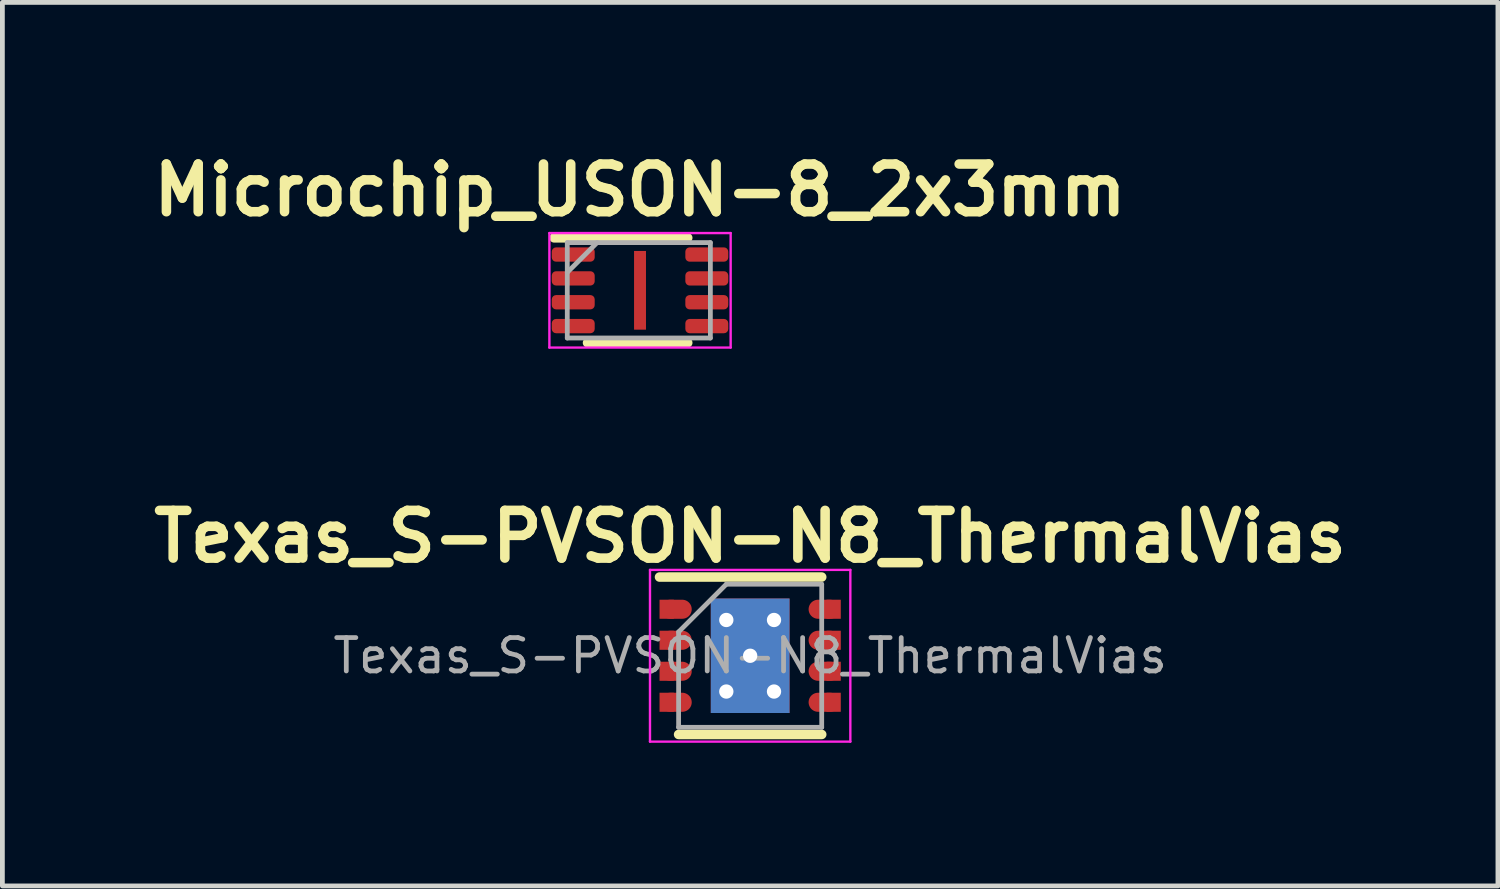
<source format=kicad_pcb>
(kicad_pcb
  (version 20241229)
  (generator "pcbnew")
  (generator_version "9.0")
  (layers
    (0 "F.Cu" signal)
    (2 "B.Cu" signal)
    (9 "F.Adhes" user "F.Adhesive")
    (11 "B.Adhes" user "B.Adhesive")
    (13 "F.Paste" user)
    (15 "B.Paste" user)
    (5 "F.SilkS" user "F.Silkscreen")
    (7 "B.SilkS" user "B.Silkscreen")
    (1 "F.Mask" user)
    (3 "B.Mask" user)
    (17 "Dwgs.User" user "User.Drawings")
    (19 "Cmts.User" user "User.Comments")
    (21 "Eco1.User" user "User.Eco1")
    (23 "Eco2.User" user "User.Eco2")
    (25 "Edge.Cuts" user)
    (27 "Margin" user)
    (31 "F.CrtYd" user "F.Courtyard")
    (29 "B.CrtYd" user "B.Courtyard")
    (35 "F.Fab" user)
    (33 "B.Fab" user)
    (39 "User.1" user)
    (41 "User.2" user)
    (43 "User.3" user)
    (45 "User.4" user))
  (footprint "Microchip_USON-8_2x3mm"
    (layer "F.Cu")
    (at 10.367 3.036)
    (property "Reference" "Microchip_USON-8_2x3mm" (at 0 -2.1 0) (layer "F.SilkS") (effects (font (size 1 1) (thickness 0.2))))
    (attr smd)
    (fp_line (start 1 -1.1) (end -1.8 -1.1) (stroke (width 0.2) (type solid)) (layer "F.SilkS"))
    (fp_line (start 1 1.1) (end -1.1 1.1) (stroke (width 0.2) (type solid)) (layer "F.SilkS"))
    (fp_line (start -1.9 -1.2) (end -1.9 1.2) (stroke (width 0.05) (type solid)) (layer "F.CrtYd"))
    (fp_line (start -1.9 1.2) (end 1.9 1.2) (stroke (width 0.05) (type solid)) (layer "F.CrtYd"))
    (fp_line (start 1.9 -1.2) (end -1.9 -1.2) (stroke (width 0.05) (type solid)) (layer "F.CrtYd"))
    (fp_line (start 1.9 1.2) (end 1.9 -1.2) (stroke (width 0.05) (type solid)) (layer "F.CrtYd"))
    (fp_line (start -1.525 -1) (end 1.475 -1) (stroke (width 0.1) (type solid)) (layer "F.Fab"))
    (fp_line (start -1.525 -0.375) (end -0.9 -1) (stroke (width 0.1) (type solid)) (layer "F.Fab"))
    (fp_line (start -1.525 1) (end -1.525 -1) (stroke (width 0.1) (type solid)) (layer "F.Fab"))
    (fp_line (start 1.475 -1) (end 1.475 1) (stroke (width 0.1) (type solid)) (layer "F.Fab"))
    (fp_line (start 1.475 1) (end -1.525 1) (stroke (width 0.1) (type solid)) (layer "F.Fab"))
    (pad "" smd rect (at 0 0) (size 0.25 1.65) (layers "F.Cu" "F.Mask" "F.Paste"))
    (pad "1" smd roundrect (at -1.4 -0.75) (size 0.9 0.3) (layers "F.Cu" "F.Mask" "F.Paste") (roundrect_rratio 0.3))
    (pad "2" smd roundrect (at -1.4 -0.25) (size 0.9 0.3) (layers "F.Cu" "F.Mask" "F.Paste") (roundrect_rratio 0.3))
    (pad "3" smd roundrect (at -1.4 0.25) (size 0.9 0.3) (layers "F.Cu" "F.Mask" "F.Paste") (roundrect_rratio 0.3))
    (pad "4" smd roundrect (at -1.4 0.75) (size 0.9 0.3) (layers "F.Cu" "F.Mask" "F.Paste") (roundrect_rratio 0.3))
    (pad "5" smd roundrect (at 1.4 0.75) (size 0.9 0.3) (layers "F.Cu" "F.Mask" "F.Paste") (roundrect_rratio 0.3))
    (pad "6" smd roundrect (at 1.4 0.25) (size 0.9 0.3) (layers "F.Cu" "F.Mask" "F.Paste") (roundrect_rratio 0.3))
    (pad "7" smd roundrect (at 1.4 -0.25) (size 0.9 0.3) (layers "F.Cu" "F.Mask" "F.Paste") (roundrect_rratio 0.3))
    (pad "8" smd roundrect (at 1.4 -0.75) (size 0.9 0.3) (layers "F.Cu" "F.Mask" "F.Paste") (roundrect_rratio 0.3)))
  (footprint "Texas_S-PVSON-N8_ThermalVias"
    (layer "F.Cu")
    (at 12.676 10.697)
    (property "Reference" "Texas_S-PVSON-N8_ThermalVias" (at 0 -2.5 0) (layer "F.SilkS") (effects (font (size 1 1) (thickness 0.2))))
    (attr smd)
    (fp_line (start 1.5 -1.65) (end -1.9 -1.65) (stroke (width 0.2) (type solid)) (layer "F.SilkS"))
    (fp_line (start 1.5 1.65) (end -1.5 1.65) (stroke (width 0.2) (type solid)) (layer "F.SilkS"))
    (fp_line (start -2.1 -1.8) (end -2.1 1.8) (stroke (width 0.05) (type solid)) (layer "F.CrtYd"))
    (fp_line (start -2.1 -1.8) (end 2.1 -1.8) (stroke (width 0.05) (type solid)) (layer "F.CrtYd"))
    (fp_line (start -2.1 1.8) (end 2.1 1.8) (stroke (width 0.05) (type solid)) (layer "F.CrtYd"))
    (fp_line (start 2.1 -1.8) (end 2.1 1.8) (stroke (width 0.05) (type solid)) (layer "F.CrtYd"))
    (fp_line (start -1.5 1.5) (end -1.5 -0.5) (stroke (width 0.1) (type solid)) (layer "F.Fab"))
    (fp_line (start -0.5 -1.5) (end -1.5 -0.5) (stroke (width 0.1) (type solid)) (layer "F.Fab"))
    (fp_line (start -0.5 -1.5) (end 1.5 -1.5) (stroke (width 0.1) (type solid)) (layer "F.Fab"))
    (fp_line (start 1.5 -1.5) (end 1.5 1.5) (stroke (width 0.1) (type solid)) (layer "F.Fab"))
    (fp_line (start 1.5 1.5) (end -1.5 1.5) (stroke (width 0.1) (type solid)) (layer "F.Fab"))
    (fp_text user "${REFERENCE}" (at 0 0 0) (layer "F.Fab") (effects (font (size 0.7 0.7) (thickness 0.1))))
    (pad "1" smd rect (at -1.75 -0.975) (size 0.3 0.4) (layers "F.Cu" "F.Mask" "F.Paste"))
    (pad "1" smd oval (at -1.55 -0.975) (size 0.65 0.4) (layers "F.Cu" "F.Mask" "F.Paste"))
    (pad "2" smd rect (at -1.75 -0.325) (size 0.3 0.4) (layers "F.Cu" "F.Mask" "F.Paste"))
    (pad "2" smd oval (at -1.55 -0.325) (size 0.65 0.4) (layers "F.Cu" "F.Mask" "F.Paste"))
    (pad "3" smd rect (at -1.75 0.325) (size 0.3 0.4) (layers "F.Cu" "F.Mask" "F.Paste"))
    (pad "3" smd oval (at -1.55 0.325) (size 0.65 0.4) (layers "F.Cu" "F.Mask" "F.Paste"))
    (pad "4" smd rect (at -1.75 0.975) (size 0.3 0.4) (layers "F.Cu" "F.Mask" "F.Paste"))
    (pad "4" smd oval (at -1.55 0.975) (size 0.65 0.4) (layers "F.Cu" "F.Mask" "F.Paste"))
    (pad "5" smd oval (at 1.55 0.975) (size 0.65 0.4) (layers "F.Cu" "F.Mask" "F.Paste"))
    (pad "5" smd rect (at 1.75 0.975) (size 0.3 0.4) (layers "F.Cu" "F.Mask" "F.Paste"))
    (pad "6" smd oval (at 1.55 0.325) (size 0.65 0.4) (layers "F.Cu" "F.Mask" "F.Paste"))
    (pad "6" smd rect (at 1.75 0.325) (size 0.3 0.4) (layers "F.Cu" "F.Mask" "F.Paste"))
    (pad "7" smd oval (at 1.55 -0.325) (size 0.65 0.4) (layers "F.Cu" "F.Mask" "F.Paste"))
    (pad "7" smd rect (at 1.75 -0.325) (size 0.3 0.4) (layers "F.Cu" "F.Mask" "F.Paste"))
    (pad "8" smd oval (at 1.55 -0.975) (size 0.65 0.4) (layers "F.Cu" "F.Mask" "F.Paste"))
    (pad "8" smd rect (at 1.75 -0.975) (size 0.3 0.4) (layers "F.Cu" "F.Mask" "F.Paste"))
    (pad "9" thru_hole circle (at -0.5 -0.75) (size 0.6 0.6) (drill 0.3) (layers "*.Cu"))
    (pad "9" thru_hole circle (at -0.5 0.75) (size 0.6 0.6) (drill 0.3) (layers "*.Cu"))
    (pad "9" smd rect (at -0.45 -0.625) (size 0.65 1) (layers "F.Cu" "F.Mask" "F.Paste"))
    (pad "9" smd rect (at -0.45 0.625) (size 0.65 1) (layers "F.Cu" "F.Mask" "F.Paste"))
    (pad "9" thru_hole circle (at 0 0) (size 0.6 0.6) (drill 0.3) (layers "*.Cu"))
    (pad "9" smd rect (at 0 0) (size 1.65 2.4) (layers "F.Cu" "F.Mask"))
    (pad "9" smd rect (at 0 0) (size 1.65 2.4) (layers "B.Cu"))
    (pad "9" smd rect (at 0.45 -0.625) (size 0.65 1) (layers "F.Cu" "F.Mask" "F.Paste"))
    (pad "9" smd rect (at 0.45 0.625) (size 0.65 1) (layers "F.Cu" "F.Mask" "F.Paste"))
    (pad "9" thru_hole circle (at 0.5 -0.75) (size 0.6 0.6) (drill 0.3) (layers "*.Cu"))
    (pad "9" thru_hole circle (at 0.5 0.75) (size 0.6 0.6) (drill 0.3) (layers "*.Cu")))
  (gr_rect
    (start -3 -3)
    (end 28.352 15.522)
    (stroke (width 0.1) (type default))
    (fill no)
    (layer "Edge.Cuts")))
</source>
